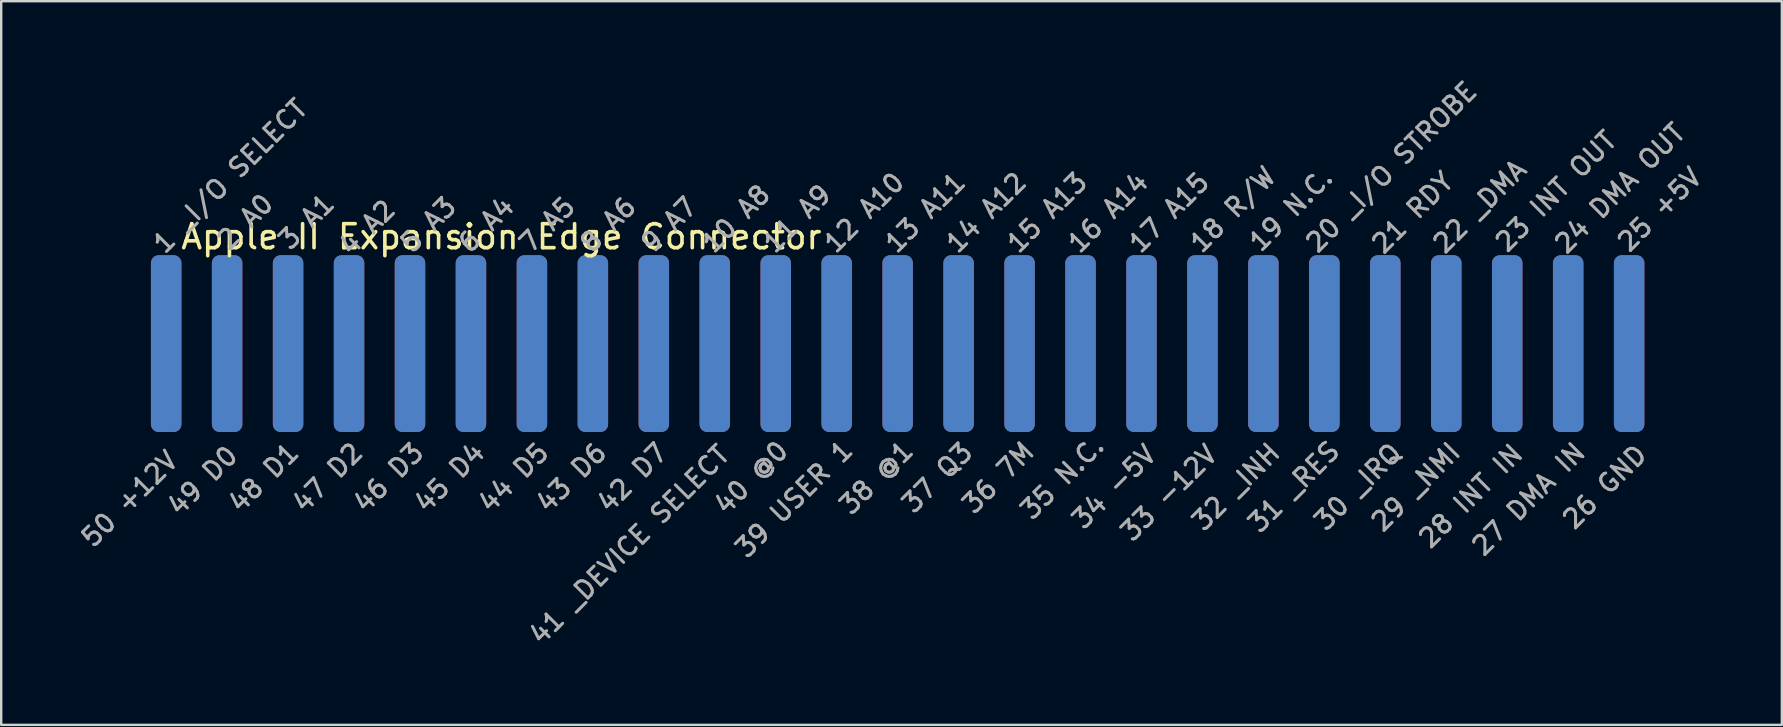
<source format=kicad_pcb>
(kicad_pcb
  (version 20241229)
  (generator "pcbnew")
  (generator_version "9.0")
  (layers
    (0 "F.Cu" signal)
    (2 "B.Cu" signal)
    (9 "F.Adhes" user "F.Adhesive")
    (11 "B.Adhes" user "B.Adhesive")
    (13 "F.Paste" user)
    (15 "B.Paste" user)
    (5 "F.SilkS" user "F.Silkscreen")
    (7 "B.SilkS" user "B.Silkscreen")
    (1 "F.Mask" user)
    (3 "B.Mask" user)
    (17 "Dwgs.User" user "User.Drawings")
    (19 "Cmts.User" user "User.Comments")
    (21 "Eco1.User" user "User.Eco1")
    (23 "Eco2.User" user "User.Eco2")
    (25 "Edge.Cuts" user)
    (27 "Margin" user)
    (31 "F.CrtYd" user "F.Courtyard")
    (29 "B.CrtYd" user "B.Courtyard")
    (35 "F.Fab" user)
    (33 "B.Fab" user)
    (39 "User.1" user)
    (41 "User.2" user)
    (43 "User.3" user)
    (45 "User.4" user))
  (footprint "Apple II Expansion Edge Connector"
    (layer "F.Cu")
    (at 17.844 6.315)
    (property "Reference" "Apple II Expansion Edge Connector" (at 0 0.5 0) (layer "F.SilkS") (effects (font (size 1 1) (thickness 0.15))))
    (attr through_hole)
    (fp_poly (pts (xy 48.895 8.89) (xy 48.895 1.27) (xy -15.875 1.27) (xy -15.875 8.89)) (stroke (width 0.15) (type solid)) (fill yes) (layer "F.Mask"))
    (fp_poly (pts (xy 48.895 8.89) (xy 48.895 1.27) (xy -15.875 1.27) (xy -15.875 8.89)) (stroke (width 0.15) (type solid)) (fill yes) (layer "B.Mask"))
    (fp_text user "23 INT OUT" (at 43.942 -1.397 45) (layer "F.Fab") (effects (font (size 0.762 0.762) (thickness 0.127))))
    (fp_text user "8 A6" (at 4.445 0 45) (layer "F.Fab") (effects (font (size 0.762 0.762) (thickness 0.127))))
    (fp_text user "28 INT IN" (at 40.386 11.303 45) (layer "F.Fab") (effects (font (size 0.762 0.762) (thickness 0.127))))
    (fp_text user "18 R/W" (at 30.48 -0.635 45) (layer "F.Fab") (effects (font (size 0.762 0.762) (thickness 0.127))))
    (fp_text user "49 D0" (at -12.446 10.668 45) (layer "F.Fab") (effects (font (size 0.762 0.762) (thickness 0.127))))
    (fp_text user "48 D1" (at -9.906 10.541 45) (layer "F.Fab") (effects (font (size 0.762 0.762) (thickness 0.127))))
    (fp_text user "16 A14" (at 25.273 -0.508 45) (layer "F.Fab") (effects (font (size 0.762 0.762) (thickness 0.127))))
    (fp_text user "43 D6" (at 2.921 10.541 45) (layer "F.Fab") (effects (font (size 0.762 0.762) (thickness 0.127))))
    (fp_text user "42 D7" (at 5.461 10.541 45) (layer "F.Fab") (effects (font (size 0.762 0.762) (thickness 0.127))))
    (fp_text user "14 A12" (at 20.193 -0.508 45) (layer "F.Fab") (effects (font (size 0.762 0.762) (thickness 0.127))))
    (fp_text user "25 +5V" (at 48.26 -0.635 45) (layer "F.Fab") (effects (font (size 0.762 0.762) (thickness 0.127))))
    (fp_text user "19 N.C." (at 32.893 -0.635 45) (layer "F.Fab") (effects (font (size 0.762 0.762) (thickness 0.127))))
    (fp_text user "9 A7" (at 6.985 0 45) (layer "F.Fab") (effects (font (size 0.762 0.762) (thickness 0.127))))
    (fp_text user "3 A1" (at -8.128 -0.127 45) (layer "F.Fab") (effects (font (size 0.762 0.762) (thickness 0.127))))
    (fp_text user "5 A3" (at -3.048 0 45) (layer "F.Fab") (effects (font (size 0.762 0.762) (thickness 0.127))))
    (fp_text user "38 @1" (at 15.621 10.541 45) (layer "F.Fab") (effects (font (size 0.762 0.762) (thickness 0.127))))
    (fp_text user "20 _I/O STROBE" (at 37.084 -2.413 45) (layer "F.Fab") (effects (font (size 0.762 0.762) (thickness 0.127))))
    (fp_text user "35 N.C." (at 23.368 10.541 45) (layer "F.Fab") (effects (font (size 0.762 0.762) (thickness 0.127))))
    (fp_text user "34 -5V" (at 25.527 10.922 45) (layer "F.Fab") (effects (font (size 0.762 0.762) (thickness 0.127))))
    (fp_text user "47 D2" (at -7.239 10.541 45) (layer "F.Fab") (effects (font (size 0.762 0.762) (thickness 0.127))))
    (fp_text user "4 A2" (at -5.588 0.127 45) (layer "F.Fab") (effects (font (size 0.762 0.762) (thickness 0.127))))
    (fp_text user "17 A15" (at 27.813 -0.508 45) (layer "F.Fab") (effects (font (size 0.762 0.762) (thickness 0.127))))
    (fp_text user "11 A9" (at 12.319 -0.254 45) (layer "F.Fab") (effects (font (size 0.762 0.762) (thickness 0.127))))
    (fp_text user "27 DMA IN" (at 42.799 11.43 45) (layer "F.Fab") (effects (font (size 0.762 0.762) (thickness 0.127))))
    (fp_text user "40 @0" (at 10.414 10.541 45) (layer "F.Fab") (effects (font (size 0.762 0.762) (thickness 0.127))))
    (fp_text user "44 D5" (at 0.508 10.541 45) (layer "F.Fab") (effects (font (size 0.762 0.762) (thickness 0.127))))
    (fp_text user "26 GND" (at 45.974 10.922 45) (layer "F.Fab") (effects (font (size 0.762 0.762) (thickness 0.127))))
    (fp_text user "10 A8" (at 9.779 -0.254 45) (layer "F.Fab") (effects (font (size 0.762 0.762) (thickness 0.127))))
    (fp_text user "45 D4" (at -2.159 10.541 45) (layer "F.Fab") (effects (font (size 0.762 0.762) (thickness 0.127))))
    (fp_text user "24 DMA OUT" (at 46.609 -1.524 45) (layer "F.Fab") (effects (font (size 0.762 0.762) (thickness 0.127))))
    (fp_text user "2 A0" (at -10.668 -0.127 45) (layer "F.Fab") (effects (font (size 0.762 0.762) (thickness 0.127))))
    (fp_text user "22 _DMA" (at 40.767 -0.762 45) (layer "F.Fab") (effects (font (size 0.762 0.762) (thickness 0.127))))
    (fp_text user "1 _I/O SELECT" (at -11.303 -2.032 45) (layer "F.Fab") (effects (font (size 0.762 0.762) (thickness 0.127))))
    (fp_text user "31 _RES" (at 33.02 10.922 45) (layer "F.Fab") (effects (font (size 0.762 0.762) (thickness 0.127))))
    (fp_text user "46 D3" (at -4.699 10.541 45) (layer "F.Fab") (effects (font (size 0.762 0.762) (thickness 0.127))))
    (fp_text user "6 A4" (at -0.635 0 45) (layer "F.Fab") (effects (font (size 0.762 0.762) (thickness 0.127))))
    (fp_text user "50 +12V" (at -15.494 11.43 45) (layer "F.Fab") (effects (font (size 0.762 0.762) (thickness 0.127))))
    (fp_text user "41 _DEVICE SELECT" (at 5.334 13.335 45) (layer "F.Fab") (effects (font (size 0.762 0.762) (thickness 0.127))))
    (fp_text user "37 Q3" (at 18.161 10.541 45) (layer "F.Fab") (effects (font (size 0.762 0.762) (thickness 0.127))))
    (fp_text user "15 A13" (at 22.733 -0.508 45) (layer "F.Fab") (effects (font (size 0.762 0.762) (thickness 0.127))))
    (fp_text user "13 A11" (at 17.653 -0.508 45) (layer "F.Fab") (effects (font (size 0.762 0.762) (thickness 0.127))))
    (fp_text user "12 A10" (at 15.113 -0.508 45) (layer "F.Fab") (effects (font (size 0.762 0.762) (thickness 0.127))))
    (fp_text user "32 _INH" (at 30.607 10.922 45) (layer "F.Fab") (effects (font (size 0.762 0.762) (thickness 0.127))))
    (fp_text user "33 -12V" (at 27.813 11.176 45) (layer "F.Fab") (effects (font (size 0.762 0.762) (thickness 0.127))))
    (fp_text user "39 USER 1" (at 12.192 11.43 45) (layer "F.Fab") (effects (font (size 0.762 0.762) (thickness 0.127))))
    (fp_text user "30 _IRQ" (at 35.687 10.922 45) (layer "F.Fab") (effects (font (size 0.762 0.762) (thickness 0.127))))
    (fp_text user "7 A5" (at 1.905 0 45) (layer "F.Fab") (effects (font (size 0.762 0.762) (thickness 0.127))))
    (fp_text user "36 7M" (at 20.701 10.541 45) (layer "F.Fab") (effects (font (size 0.762 0.762) (thickness 0.127))))
    (fp_text user "21 RDY" (at 37.973 -0.508 45) (layer "F.Fab") (effects (font (size 0.762 0.762) (thickness 0.127))))
    (fp_text user "29 _NMI" (at 38.1 10.922 45) (layer "F.Fab") (effects (font (size 0.762 0.762) (thickness 0.127))))
    (pad "1" connect roundrect (at -13.97 4.953) (size 1.27 7.366) (layers "F.Cu" "F.Mask") (roundrect_rratio 0.25))
    (pad "2" connect roundrect (at -11.43 4.953) (size 1.27 7.366) (layers "F.Cu" "F.Mask") (roundrect_rratio 0.25))
    (pad "3" connect roundrect (at -8.89 4.953) (size 1.27 7.366) (layers "F.Cu" "F.Mask") (roundrect_rratio 0.25))
    (pad "4" connect roundrect (at -6.35 4.953) (size 1.27 7.366) (layers "F.Cu" "F.Mask") (roundrect_rratio 0.25))
    (pad "5" connect roundrect (at -3.81 4.953) (size 1.27 7.366) (layers "F.Cu" "F.Mask") (roundrect_rratio 0.25))
    (pad "6" connect roundrect (at -1.27 4.953) (size 1.27 7.366) (layers "F.Cu" "F.Mask") (roundrect_rratio 0.25))
    (pad "7" connect roundrect (at 1.27 4.953) (size 1.27 7.366) (layers "F.Cu" "F.Mask") (roundrect_rratio 0.25))
    (pad "8" connect roundrect (at 3.81 4.953) (size 1.27 7.366) (layers "F.Cu" "F.Mask") (roundrect_rratio 0.25))
    (pad "9" connect roundrect (at 6.35 4.953) (size 1.27 7.366) (layers "F.Cu" "F.Mask") (roundrect_rratio 0.25))
    (pad "10" connect roundrect (at 8.89 4.953) (size 1.27 7.366) (layers "F.Cu" "F.Mask") (roundrect_rratio 0.25))
    (pad "11" connect roundrect (at 11.43 4.953) (size 1.27 7.366) (layers "F.Cu" "F.Mask") (roundrect_rratio 0.25))
    (pad "12" connect roundrect (at 13.97 4.953) (size 1.27 7.366) (layers "F.Cu" "F.Mask") (roundrect_rratio 0.25))
    (pad "13" connect roundrect (at 16.51 4.953) (size 1.27 7.366) (layers "F.Cu" "F.Mask") (roundrect_rratio 0.25))
    (pad "14" connect roundrect (at 19.05 4.953) (size 1.27 7.366) (layers "F.Cu" "F.Mask") (roundrect_rratio 0.25))
    (pad "15" connect roundrect (at 21.59 4.953) (size 1.27 7.366) (layers "F.Cu" "F.Mask") (roundrect_rratio 0.25))
    (pad "16" connect roundrect (at 24.13 4.953) (size 1.27 7.366) (layers "F.Cu" "F.Mask") (roundrect_rratio 0.25))
    (pad "17" connect roundrect (at 26.67 4.953) (size 1.27 7.366) (layers "F.Cu" "F.Mask") (roundrect_rratio 0.25))
    (pad "18" connect roundrect (at 29.21 4.953) (size 1.27 7.366) (layers "F.Cu" "F.Mask") (roundrect_rratio 0.25))
    (pad "19" connect roundrect (at 31.75 4.953) (size 1.27 7.366) (layers "F.Cu" "F.Mask") (roundrect_rratio 0.25))
    (pad "20" connect roundrect (at 34.29 4.953) (size 1.27 7.366) (layers "F.Cu" "F.Mask") (roundrect_rratio 0.25))
    (pad "21" connect roundrect (at 36.83 4.953) (size 1.27 7.366) (layers "F.Cu" "F.Mask") (roundrect_rratio 0.25))
    (pad "22" connect roundrect (at 39.37 4.953) (size 1.27 7.366) (layers "F.Cu" "F.Mask") (roundrect_rratio 0.25))
    (pad "23" connect roundrect (at 41.91 4.953) (size 1.27 7.366) (layers "F.Cu" "F.Mask") (roundrect_rratio 0.25))
    (pad "24" connect roundrect (at 44.45 4.953) (size 1.27 7.366) (layers "F.Cu" "F.Mask") (roundrect_rratio 0.25))
    (pad "25" connect roundrect (at 46.99 4.953) (size 1.27 7.366) (layers "F.Cu" "F.Mask") (roundrect_rratio 0.25))
    (pad "26" connect roundrect (at 46.99 4.953) (size 1.27 7.366) (layers "B.Cu" "B.Mask") (roundrect_rratio 0.25))
    (pad "27" connect roundrect (at 44.45 4.953) (size 1.27 7.366) (layers "B.Cu" "B.Mask") (roundrect_rratio 0.25))
    (pad "28" connect roundrect (at 41.91 4.953) (size 1.27 7.366) (layers "B.Cu" "B.Mask") (roundrect_rratio 0.25))
    (pad "29" connect roundrect (at 39.37 4.953) (size 1.27 7.366) (layers "B.Cu" "B.Mask") (roundrect_rratio 0.25))
    (pad "30" connect roundrect (at 36.83 4.953) (size 1.27 7.366) (layers "B.Cu" "B.Mask") (roundrect_rratio 0.25))
    (pad "31" connect roundrect (at 34.29 4.953) (size 1.27 7.366) (layers "B.Cu" "B.Mask") (roundrect_rratio 0.25))
    (pad "32" connect roundrect (at 31.75 4.953) (size 1.27 7.366) (layers "B.Cu" "B.Mask") (roundrect_rratio 0.25))
    (pad "33" connect roundrect (at 29.21 4.953) (size 1.27 7.366) (layers "B.Cu" "B.Mask") (roundrect_rratio 0.25))
    (pad "34" connect roundrect (at 26.67 4.953) (size 1.27 7.366) (layers "B.Cu" "B.Mask") (roundrect_rratio 0.25))
    (pad "35" connect roundrect (at 24.13 4.953) (size 1.27 7.366) (layers "B.Cu" "B.Mask") (roundrect_rratio 0.25))
    (pad "36" connect roundrect (at 21.59 4.953) (size 1.27 7.366) (layers "B.Cu" "B.Mask") (roundrect_rratio 0.25))
    (pad "37" connect roundrect (at 19.05 4.953) (size 1.27 7.366) (layers "B.Cu" "B.Mask") (roundrect_rratio 0.25))
    (pad "38" connect roundrect (at 16.51 4.953) (size 1.27 7.366) (layers "B.Cu" "B.Mask") (roundrect_rratio 0.25))
    (pad "39" connect roundrect (at 13.97 4.953) (size 1.27 7.366) (layers "B.Cu" "B.Mask") (roundrect_rratio 0.25))
    (pad "40" connect roundrect (at 11.43 4.953) (size 1.27 7.366) (layers "B.Cu" "B.Mask") (roundrect_rratio 0.25))
    (pad "41" connect roundrect (at 8.89 4.953) (size 1.27 7.366) (layers "B.Cu" "B.Mask") (roundrect_rratio 0.25))
    (pad "42" connect roundrect (at 6.35 4.953) (size 1.27 7.366) (layers "B.Cu" "B.Mask") (roundrect_rratio 0.25))
    (pad "43" connect roundrect (at 3.81 4.953) (size 1.27 7.366) (layers "B.Cu" "B.Mask") (roundrect_rratio 0.25))
    (pad "44" connect roundrect (at 1.27 4.953) (size 1.27 7.366) (layers "B.Cu" "B.Mask") (roundrect_rratio 0.25))
    (pad "45" connect roundrect (at -1.27 4.953) (size 1.27 7.366) (layers "B.Cu" "B.Mask") (roundrect_rratio 0.25))
    (pad "46" connect roundrect (at -3.81 4.953) (size 1.27 7.366) (layers "B.Cu" "B.Mask") (roundrect_rratio 0.25))
    (pad "47" connect roundrect (at -6.35 4.953) (size 1.27 7.366) (layers "B.Cu" "B.Mask") (roundrect_rratio 0.25))
    (pad "48" connect roundrect (at -8.89 4.953) (size 1.27 7.366) (layers "B.Cu" "B.Mask") (roundrect_rratio 0.25))
    (pad "49" connect roundrect (at -11.43 4.953) (size 1.27 7.366) (layers "B.Cu" "B.Mask") (roundrect_rratio 0.25))
    (pad "50" connect roundrect (at -13.97 4.953) (size 1.27 7.366) (layers "B.Cu" "B.Mask") (roundrect_rratio 0.25)))
  (gr_rect
    (start -3 -3)
    (end 71.197 27.155)
    (stroke (width 0.1) (type default))
    (fill no)
    (layer "Edge.Cuts")))
</source>
